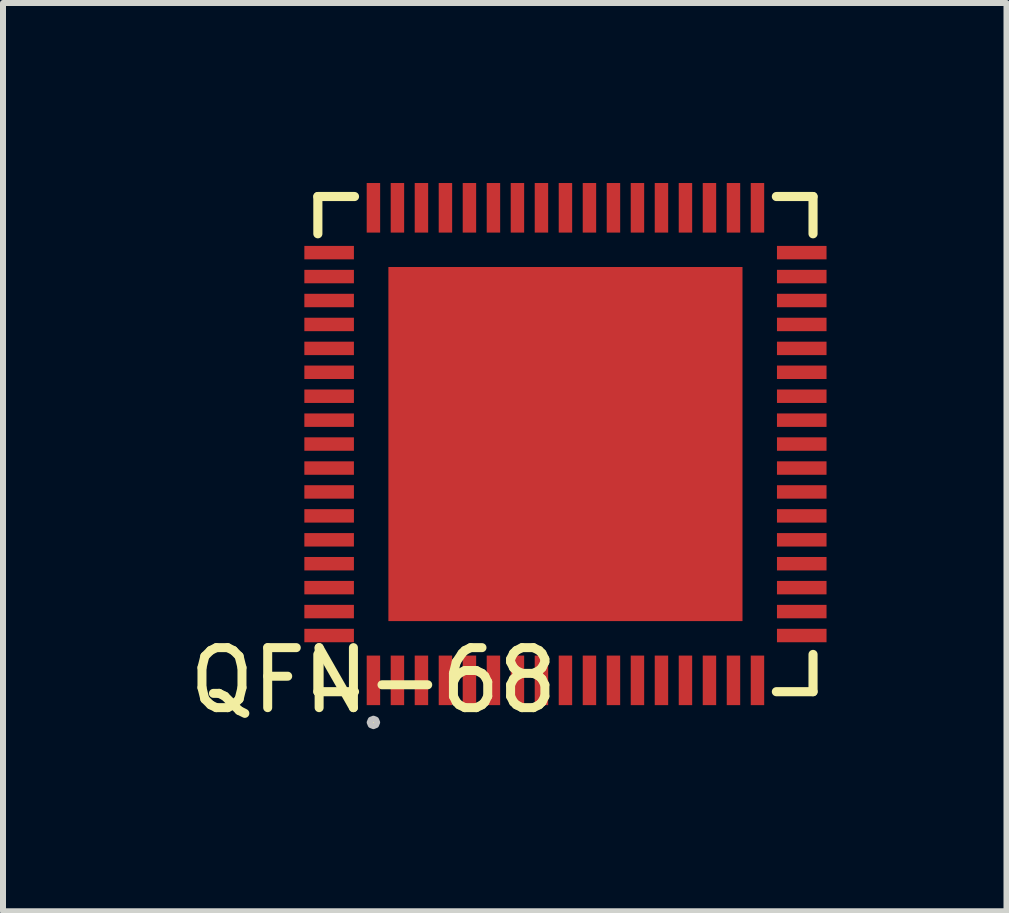
<source format=kicad_pcb>
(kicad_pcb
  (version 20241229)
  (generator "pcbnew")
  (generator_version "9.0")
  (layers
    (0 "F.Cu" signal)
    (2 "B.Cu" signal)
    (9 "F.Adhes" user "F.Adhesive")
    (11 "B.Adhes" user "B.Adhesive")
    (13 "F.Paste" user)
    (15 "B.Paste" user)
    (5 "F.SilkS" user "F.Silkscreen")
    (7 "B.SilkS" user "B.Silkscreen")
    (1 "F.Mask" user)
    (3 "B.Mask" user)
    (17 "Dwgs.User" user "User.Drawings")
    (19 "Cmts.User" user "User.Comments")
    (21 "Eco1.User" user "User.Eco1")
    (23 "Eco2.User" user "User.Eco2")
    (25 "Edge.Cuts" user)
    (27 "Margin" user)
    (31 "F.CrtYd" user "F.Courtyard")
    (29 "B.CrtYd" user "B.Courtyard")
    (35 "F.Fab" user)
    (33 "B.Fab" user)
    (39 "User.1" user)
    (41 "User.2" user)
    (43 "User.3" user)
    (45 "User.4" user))
  (footprint "QFN-68"
    (layer "F.Cu")
    (at 3.173 8.288)
    (property "Reference" "QFN-68" (at 0 0 0) (layer "F.SilkS") (effects (font (size 1 1) (thickness 0.15))))
    (fp_line (start -0.926 -8.063) (end -0.926 -7.442) (stroke (width 0.152) (type default)) (layer "F.SilkS"))
    (fp_line (start -0.926 -8.063) (end -0.315 -8.063) (stroke (width 0.152) (type default)) (layer "F.SilkS"))
    (fp_line (start -0.926 0.189) (end -0.926 -0.432) (stroke (width 0.152) (type default)) (layer "F.SilkS"))
    (fp_line (start -0.926 0.189) (end -0.315 0.189) (stroke (width 0.152) (type default)) (layer "F.SilkS"))
    (fp_line (start 7.326 -8.063) (end 6.715 -8.063) (stroke (width 0.152) (type default)) (layer "F.SilkS"))
    (fp_line (start 7.326 -8.063) (end 7.326 -7.442) (stroke (width 0.152) (type default)) (layer "F.SilkS"))
    (fp_line (start 7.326 0.189) (end 6.715 0.189) (stroke (width 0.152) (type default)) (layer "F.SilkS"))
    (fp_line (start 7.326 0.189) (end 7.326 -0.432) (stroke (width 0.152) (type default)) (layer "F.SilkS"))
    (fp_poly (pts (xy 0.062 0.701) (xy 0.044 0.657) (xy 0 0.639) (xy -0.044 0.657) (xy -0.062 0.701) (xy -0.044 0.745) (xy 0 0.763) (xy 0.044 0.745)) (stroke (width 0) (type default)) (fill yes) (layer "F.SilkS"))
    (fp_poly (pts (xy 0.062 0.701) (xy 0.044 0.657) (xy 0 0.639) (xy -0.044 0.657) (xy -0.062 0.701) (xy -0.044 0.745) (xy 0 0.763) (xy 0.044 0.745)) (stroke (width 0.1) (type default)) (fill no) (layer "Dwgs.User"))
    (fp_poly (pts (xy -0.85 -7.003) (xy -0.85 -7.252) (xy -0.349 -7.252) (xy -0.349 -7.003)) (stroke (width 0.1) (type default)) (fill no) (layer "User.1"))
    (fp_poly (pts (xy -0.85 -6.604) (xy -0.85 -6.854) (xy -0.349 -6.854) (xy -0.349 -6.604)) (stroke (width 0.1) (type default)) (fill no) (layer "User.1"))
    (fp_poly (pts (xy -0.85 -6.205) (xy -0.85 -6.455) (xy -0.349 -6.455) (xy -0.349 -6.205)) (stroke (width 0.1) (type default)) (fill no) (layer "User.1"))
    (fp_poly (pts (xy -0.85 -5.807) (xy -0.85 -6.056) (xy -0.349 -6.056) (xy -0.349 -5.807)) (stroke (width 0.1) (type default)) (fill no) (layer "User.1"))
    (fp_poly (pts (xy -0.85 -5.408) (xy -0.85 -5.657) (xy -0.349 -5.657) (xy -0.349 -5.408)) (stroke (width 0.1) (type default)) (fill no) (layer "User.1"))
    (fp_poly (pts (xy -0.85 -5.01) (xy -0.85 -5.258) (xy -0.349 -5.258) (xy -0.349 -5.01)) (stroke (width 0.1) (type default)) (fill no) (layer "User.1"))
    (fp_poly (pts (xy -0.85 -4.611) (xy -0.85 -4.859) (xy -0.349 -4.859) (xy -0.349 -4.611)) (stroke (width 0.1) (type default)) (fill no) (layer "User.1"))
    (fp_poly (pts (xy -0.85 -4.212) (xy -0.85 -4.46) (xy -0.349 -4.46) (xy -0.349 -4.212)) (stroke (width 0.1) (type default)) (fill no) (layer "User.1"))
    (fp_poly (pts (xy -0.85 -3.813) (xy -0.85 -4.062) (xy -0.349 -4.062) (xy -0.349 -3.813)) (stroke (width 0.1) (type default)) (fill no) (layer "User.1"))
    (fp_poly (pts (xy -0.85 -3.414) (xy -0.85 -3.663) (xy -0.349 -3.663) (xy -0.349 -3.414)) (stroke (width 0.1) (type default)) (fill no) (layer "User.1"))
    (fp_poly (pts (xy -0.85 -3.015) (xy -0.85 -3.264) (xy -0.349 -3.264) (xy -0.349 -3.015)) (stroke (width 0.1) (type default)) (fill no) (layer "User.1"))
    (fp_poly (pts (xy -0.85 -2.616) (xy -0.85 -2.865) (xy -0.349 -2.865) (xy -0.349 -2.616)) (stroke (width 0.1) (type default)) (fill no) (layer "User.1"))
    (fp_poly (pts (xy -0.85 -2.218) (xy -0.85 -2.467) (xy -0.349 -2.467) (xy -0.349 -2.218)) (stroke (width 0.1) (type default)) (fill no) (layer "User.1"))
    (fp_poly (pts (xy -0.85 -1.819) (xy -0.85 -2.068) (xy -0.349 -2.068) (xy -0.349 -1.819)) (stroke (width 0.1) (type default)) (fill no) (layer "User.1"))
    (fp_poly (pts (xy -0.85 -1.421) (xy -0.85 -1.669) (xy -0.349 -1.669) (xy -0.349 -1.421)) (stroke (width 0.1) (type default)) (fill no) (layer "User.1"))
    (fp_poly (pts (xy -0.85 -1.022) (xy -0.85 -1.27) (xy -0.349 -1.27) (xy -0.349 -1.022)) (stroke (width 0.1) (type default)) (fill no) (layer "User.1"))
    (fp_poly (pts (xy -0.85 -0.623) (xy -0.85 -0.872) (xy -0.349 -0.872) (xy -0.349 -0.623)) (stroke (width 0.1) (type default)) (fill no) (layer "User.1"))
    (fp_poly (pts (xy 0.124 -7.987) (xy 0.124 -7.487) (xy -0.124 -7.487) (xy -0.124 -7.987)) (stroke (width 0.1) (type default)) (fill no) (layer "User.1"))
    (fp_poly (pts (xy 0.124 0.113) (xy 0.124 -0.388) (xy -0.124 -0.388) (xy -0.124 0.113)) (stroke (width 0.1) (type default)) (fill no) (layer "User.1"))
    (fp_poly (pts (xy 0.524 -7.987) (xy 0.524 -7.487) (xy 0.276 -7.487) (xy 0.276 -7.987)) (stroke (width 0.1) (type default)) (fill no) (layer "User.1"))
    (fp_poly (pts (xy 0.524 0.113) (xy 0.524 -0.388) (xy 0.276 -0.388) (xy 0.276 0.113)) (stroke (width 0.1) (type default)) (fill no) (layer "User.1"))
    (fp_poly (pts (xy 0.924 -7.987) (xy 0.924 -7.487) (xy 0.675 -7.487) (xy 0.675 -7.987)) (stroke (width 0.1) (type default)) (fill no) (layer "User.1"))
    (fp_poly (pts (xy 0.924 0.113) (xy 0.924 -0.388) (xy 0.675 -0.388) (xy 0.675 0.113)) (stroke (width 0.1) (type default)) (fill no) (layer "User.1"))
    (fp_poly (pts (xy 1.325 -7.987) (xy 1.325 -7.487) (xy 1.075 -7.487) (xy 1.075 -7.987)) (stroke (width 0.1) (type default)) (fill no) (layer "User.1"))
    (fp_poly (pts (xy 1.325 0.113) (xy 1.325 -0.388) (xy 1.075 -0.388) (xy 1.075 0.113)) (stroke (width 0.1) (type default)) (fill no) (layer "User.1"))
    (fp_poly (pts (xy 1.724 -7.987) (xy 1.724 -7.487) (xy 1.476 -7.487) (xy 1.476 -7.987)) (stroke (width 0.1) (type default)) (fill no) (layer "User.1"))
    (fp_poly (pts (xy 1.724 0.113) (xy 1.724 -0.388) (xy 1.476 -0.388) (xy 1.476 0.113)) (stroke (width 0.1) (type default)) (fill no) (layer "User.1"))
    (fp_poly (pts (xy 2.124 -7.987) (xy 2.124 -7.487) (xy 1.875 -7.487) (xy 1.875 -7.987)) (stroke (width 0.1) (type default)) (fill no) (layer "User.1"))
    (fp_poly (pts (xy 2.124 0.113) (xy 2.124 -0.388) (xy 1.875 -0.388) (xy 1.875 0.113)) (stroke (width 0.1) (type default)) (fill no) (layer "User.1"))
    (fp_poly (pts (xy 2.525 -7.987) (xy 2.525 -7.487) (xy 2.276 -7.487) (xy 2.276 -7.987)) (stroke (width 0.1) (type default)) (fill no) (layer "User.1"))
    (fp_poly (pts (xy 2.525 0.113) (xy 2.525 -0.388) (xy 2.276 -0.388) (xy 2.276 0.113)) (stroke (width 0.1) (type default)) (fill no) (layer "User.1"))
    (fp_poly (pts (xy 2.925 -7.987) (xy 2.925 -7.487) (xy 2.675 -7.487) (xy 2.675 -7.987)) (stroke (width 0.1) (type default)) (fill no) (layer "User.1"))
    (fp_poly (pts (xy 2.925 0.113) (xy 2.925 -0.388) (xy 2.675 -0.388) (xy 2.675 0.113)) (stroke (width 0.1) (type default)) (fill no) (layer "User.1"))
    (fp_poly (pts (xy 3.325 -7.987) (xy 3.325 -7.487) (xy 3.075 -7.487) (xy 3.075 -7.987)) (stroke (width 0.1) (type default)) (fill no) (layer "User.1"))
    (fp_poly (pts (xy 3.325 0.113) (xy 3.325 -0.388) (xy 3.075 -0.388) (xy 3.075 0.113)) (stroke (width 0.1) (type default)) (fill no) (layer "User.1"))
    (fp_poly (pts (xy 3.724 -7.987) (xy 3.724 -7.487) (xy 3.475 -7.487) (xy 3.475 -7.987)) (stroke (width 0.1) (type default)) (fill no) (layer "User.1"))
    (fp_poly (pts (xy 3.724 0.113) (xy 3.724 -0.388) (xy 3.475 -0.388) (xy 3.475 0.113)) (stroke (width 0.1) (type default)) (fill no) (layer "User.1"))
    (fp_poly (pts (xy 4.125 -7.987) (xy 4.125 -7.487) (xy 3.876 -7.487) (xy 3.876 -7.987)) (stroke (width 0.1) (type default)) (fill no) (layer "User.1"))
    (fp_poly (pts (xy 4.125 0.113) (xy 4.125 -0.388) (xy 3.876 -0.388) (xy 3.876 0.113)) (stroke (width 0.1) (type default)) (fill no) (layer "User.1"))
    (fp_poly (pts (xy 4.524 -7.987) (xy 4.524 -7.487) (xy 4.276 -7.487) (xy 4.276 -7.987)) (stroke (width 0.1) (type default)) (fill no) (layer "User.1"))
    (fp_poly (pts (xy 4.524 0.113) (xy 4.524 -0.388) (xy 4.276 -0.388) (xy 4.276 0.113)) (stroke (width 0.1) (type default)) (fill no) (layer "User.1"))
    (fp_poly (pts (xy 4.925 -7.987) (xy 4.925 -7.487) (xy 4.676 -7.487) (xy 4.676 -7.987)) (stroke (width 0.1) (type default)) (fill no) (layer "User.1"))
    (fp_poly (pts (xy 4.925 0.113) (xy 4.925 -0.388) (xy 4.676 -0.388) (xy 4.676 0.113)) (stroke (width 0.1) (type default)) (fill no) (layer "User.1"))
    (fp_poly (pts (xy 5.324 -7.987) (xy 5.324 -7.487) (xy 5.075 -7.487) (xy 5.075 -7.987)) (stroke (width 0.1) (type default)) (fill no) (layer "User.1"))
    (fp_poly (pts (xy 5.324 0.113) (xy 5.324 -0.388) (xy 5.075 -0.388) (xy 5.075 0.113)) (stroke (width 0.1) (type default)) (fill no) (layer "User.1"))
    (fp_poly (pts (xy 5.724 -7.987) (xy 5.724 -7.487) (xy 5.476 -7.487) (xy 5.476 -7.987)) (stroke (width 0.1) (type default)) (fill no) (layer "User.1"))
    (fp_poly (pts (xy 5.724 0.113) (xy 5.724 -0.388) (xy 5.476 -0.388) (xy 5.476 0.113)) (stroke (width 0.1) (type default)) (fill no) (layer "User.1"))
    (fp_poly (pts (xy 6.125 -7.987) (xy 6.125 -7.487) (xy 5.875 -7.487) (xy 5.875 -7.987)) (stroke (width 0.1) (type default)) (fill no) (layer "User.1"))
    (fp_poly (pts (xy 6.125 0.113) (xy 6.125 -0.388) (xy 5.875 -0.388) (xy 5.875 0.113)) (stroke (width 0.1) (type default)) (fill no) (layer "User.1"))
    (fp_poly (pts (xy 6.524 -7.987) (xy 6.524 -7.487) (xy 6.276 -7.487) (xy 6.276 -7.987)) (stroke (width 0.1) (type default)) (fill no) (layer "User.1"))
    (fp_poly (pts (xy 6.524 0.113) (xy 6.524 -0.388) (xy 6.276 -0.388) (xy 6.276 0.113)) (stroke (width 0.1) (type default)) (fill no) (layer "User.1"))
    (fp_poly (pts (xy 7.25 -7.003) (xy 7.25 -7.252) (xy 6.75 -7.252) (xy 6.75 -7.003)) (stroke (width 0.1) (type default)) (fill no) (layer "User.1"))
    (fp_poly (pts (xy 7.25 -6.604) (xy 7.25 -6.854) (xy 6.75 -6.854) (xy 6.75 -6.604)) (stroke (width 0.1) (type default)) (fill no) (layer "User.1"))
    (fp_poly (pts (xy 7.25 -6.205) (xy 7.25 -6.455) (xy 6.75 -6.455) (xy 6.75 -6.205)) (stroke (width 0.1) (type default)) (fill no) (layer "User.1"))
    (fp_poly (pts (xy 7.25 -5.807) (xy 7.25 -6.056) (xy 6.75 -6.056) (xy 6.75 -5.807)) (stroke (width 0.1) (type default)) (fill no) (layer "User.1"))
    (fp_poly (pts (xy 7.25 -5.408) (xy 7.25 -5.657) (xy 6.75 -5.657) (xy 6.75 -5.408)) (stroke (width 0.1) (type default)) (fill no) (layer "User.1"))
    (fp_poly (pts (xy 7.25 -5.01) (xy 7.25 -5.258) (xy 6.75 -5.258) (xy 6.75 -5.01)) (stroke (width 0.1) (type default)) (fill no) (layer "User.1"))
    (fp_poly (pts (xy 7.25 -4.611) (xy 7.25 -4.859) (xy 6.75 -4.859) (xy 6.75 -4.611)) (stroke (width 0.1) (type default)) (fill no) (layer "User.1"))
    (fp_poly (pts (xy 7.25 -4.212) (xy 7.25 -4.46) (xy 6.75 -4.46) (xy 6.75 -4.212)) (stroke (width 0.1) (type default)) (fill no) (layer "User.1"))
    (fp_poly (pts (xy 7.25 -3.813) (xy 7.25 -4.062) (xy 6.75 -4.062) (xy 6.75 -3.813)) (stroke (width 0.1) (type default)) (fill no) (layer "User.1"))
    (fp_poly (pts (xy 7.25 -3.414) (xy 7.25 -3.663) (xy 6.75 -3.663) (xy 6.75 -3.414)) (stroke (width 0.1) (type default)) (fill no) (layer "User.1"))
    (fp_poly (pts (xy 7.25 -3.015) (xy 7.25 -3.264) (xy 6.75 -3.264) (xy 6.75 -3.015)) (stroke (width 0.1) (type default)) (fill no) (layer "User.1"))
    (fp_poly (pts (xy 7.25 -2.616) (xy 7.25 -2.865) (xy 6.75 -2.865) (xy 6.75 -2.616)) (stroke (width 0.1) (type default)) (fill no) (layer "User.1"))
    (fp_poly (pts (xy 7.25 -2.218) (xy 7.25 -2.467) (xy 6.75 -2.467) (xy 6.75 -2.218)) (stroke (width 0.1) (type default)) (fill no) (layer "User.1"))
    (fp_poly (pts (xy 7.25 -1.819) (xy 7.25 -2.068) (xy 6.75 -2.068) (xy 6.75 -1.819)) (stroke (width 0.1) (type default)) (fill no) (layer "User.1"))
    (fp_poly (pts (xy 7.25 -1.421) (xy 7.25 -1.669) (xy 6.75 -1.669) (xy 6.75 -1.421)) (stroke (width 0.1) (type default)) (fill no) (layer "User.1"))
    (fp_poly (pts (xy 7.25 -1.022) (xy 7.25 -1.27) (xy 6.75 -1.27) (xy 6.75 -1.022)) (stroke (width 0.1) (type default)) (fill no) (layer "User.1"))
    (fp_poly (pts (xy 7.25 -0.623) (xy 7.25 -0.872) (xy 6.75 -0.872) (xy 6.75 -0.623)) (stroke (width 0.1) (type default)) (fill no) (layer "User.1"))
    (fp_poly (pts (xy 0.199 -1.536) (xy 0.199 -6.939) (xy 6.201 -6.939) (xy 6.201 -0.936) (xy 0.799 -0.936)) (stroke (width 0.1) (type default)) (fill no) (layer "User.1"))
    (fp_line (start -0.85 -7.987) (end -0.85 0.113) (stroke (width 0.025) (type default)) (layer "User.2"))
    (fp_line (start -0.85 0.113) (end 7.25 0.113) (stroke (width 0.025) (type default)) (layer "User.2"))
    (fp_line (start 7.25 -7.987) (end -0.85 -7.987) (stroke (width 0.025) (type default)) (layer "User.2"))
    (fp_line (start 7.25 0.113) (end 7.25 -7.987) (stroke (width 0.025) (type default)) (layer "User.2"))
    (fp_poly (pts (xy -0.79 0.113) (xy -0.808 0.07) (xy -0.85 0.052) (xy -0.892 0.07) (xy -0.91 0.113) (xy -0.892 0.155) (xy -0.85 0.172) (xy -0.808 0.155)) (stroke (width 0.1) (type default)) (fill no) (layer "User.3"))
    (pad "1" smd rect (at 0 0 90) (size 0.826 0.224) (layers "F.Cu" "F.Mask" "F.Paste"))
    (pad "2" smd rect (at 0.4 0 90) (size 0.826 0.224) (layers "F.Cu" "F.Mask" "F.Paste"))
    (pad "3" smd rect (at 0.8 0 90) (size 0.826 0.224) (layers "F.Cu" "F.Mask" "F.Paste"))
    (pad "4" smd rect (at 1.2 0 90) (size 0.826 0.224) (layers "F.Cu" "F.Mask" "F.Paste"))
    (pad "5" smd rect (at 1.6 0 90) (size 0.826 0.224) (layers "F.Cu" "F.Mask" "F.Paste"))
    (pad "6" smd rect (at 2 0 90) (size 0.826 0.224) (layers "F.Cu" "F.Mask" "F.Paste"))
    (pad "7" smd rect (at 2.4 0 90) (size 0.826 0.224) (layers "F.Cu" "F.Mask" "F.Paste"))
    (pad "8" smd rect (at 2.8 0 90) (size 0.826 0.224) (layers "F.Cu" "F.Mask" "F.Paste"))
    (pad "9" smd rect (at 3.2 0 90) (size 0.826 0.224) (layers "F.Cu" "F.Mask" "F.Paste"))
    (pad "10" smd rect (at 3.6 0 90) (size 0.826 0.224) (layers "F.Cu" "F.Mask" "F.Paste"))
    (pad "11" smd rect (at 4 0 90) (size 0.826 0.224) (layers "F.Cu" "F.Mask" "F.Paste"))
    (pad "12" smd rect (at 4.4 0 90) (size 0.826 0.224) (layers "F.Cu" "F.Mask" "F.Paste"))
    (pad "13" smd rect (at 4.8 0 90) (size 0.826 0.224) (layers "F.Cu" "F.Mask" "F.Paste"))
    (pad "14" smd rect (at 5.2 0 90) (size 0.826 0.224) (layers "F.Cu" "F.Mask" "F.Paste"))
    (pad "15" smd rect (at 5.6 0 90) (size 0.826 0.224) (layers "F.Cu" "F.Mask" "F.Paste"))
    (pad "16" smd rect (at 6 0 90) (size 0.826 0.224) (layers "F.Cu" "F.Mask" "F.Paste"))
    (pad "17" smd rect (at 6.4 0 90) (size 0.826 0.224) (layers "F.Cu" "F.Mask" "F.Paste"))
    (pad "18" smd rect (at 7.138 -0.747 90) (size 0.224 0.826) (layers "F.Cu" "F.Mask" "F.Paste"))
    (pad "19" smd rect (at 7.138 -1.146 90) (size 0.224 0.826) (layers "F.Cu" "F.Mask" "F.Paste"))
    (pad "20" smd rect (at 7.138 -1.545 90) (size 0.224 0.826) (layers "F.Cu" "F.Mask" "F.Paste"))
    (pad "21" smd rect (at 7.138 -1.944 90) (size 0.224 0.826) (layers "F.Cu" "F.Mask" "F.Paste"))
    (pad "22" smd rect (at 7.138 -2.342 90) (size 0.224 0.826) (layers "F.Cu" "F.Mask" "F.Paste"))
    (pad "23" smd rect (at 7.138 -2.741 90) (size 0.224 0.826) (layers "F.Cu" "F.Mask" "F.Paste"))
    (pad "24" smd rect (at 7.138 -3.14 90) (size 0.224 0.826) (layers "F.Cu" "F.Mask" "F.Paste"))
    (pad "25" smd rect (at 7.138 -3.538 90) (size 0.224 0.826) (layers "F.Cu" "F.Mask" "F.Paste"))
    (pad "26" smd rect (at 7.138 -3.938 90) (size 0.224 0.826) (layers "F.Cu" "F.Mask" "F.Paste"))
    (pad "27" smd rect (at 7.138 -4.336 90) (size 0.224 0.826) (layers "F.Cu" "F.Mask" "F.Paste"))
    (pad "28" smd rect (at 7.138 -4.735 90) (size 0.224 0.826) (layers "F.Cu" "F.Mask" "F.Paste"))
    (pad "29" smd rect (at 7.138 -5.134 90) (size 0.224 0.826) (layers "F.Cu" "F.Mask" "F.Paste"))
    (pad "30" smd rect (at 7.138 -5.532 90) (size 0.224 0.826) (layers "F.Cu" "F.Mask" "F.Paste"))
    (pad "31" smd rect (at 7.138 -5.931 90) (size 0.224 0.826) (layers "F.Cu" "F.Mask" "F.Paste"))
    (pad "32" smd rect (at 7.138 -6.33 90) (size 0.224 0.826) (layers "F.Cu" "F.Mask" "F.Paste"))
    (pad "33" smd rect (at 7.138 -6.729 90) (size 0.224 0.826) (layers "F.Cu" "F.Mask" "F.Paste"))
    (pad "34" smd rect (at 7.138 -7.128 90) (size 0.224 0.826) (layers "F.Cu" "F.Mask" "F.Paste"))
    (pad "35" smd rect (at 6.4 -7.875 90) (size 0.826 0.224) (layers "F.Cu" "F.Mask" "F.Paste"))
    (pad "36" smd rect (at 6 -7.875 90) (size 0.826 0.224) (layers "F.Cu" "F.Mask" "F.Paste"))
    (pad "37" smd rect (at 5.6 -7.875 90) (size 0.826 0.224) (layers "F.Cu" "F.Mask" "F.Paste"))
    (pad "38" smd rect (at 5.2 -7.875 90) (size 0.826 0.224) (layers "F.Cu" "F.Mask" "F.Paste"))
    (pad "39" smd rect (at 4.8 -7.875 90) (size 0.826 0.224) (layers "F.Cu" "F.Mask" "F.Paste"))
    (pad "40" smd rect (at 4.4 -7.875 90) (size 0.826 0.224) (layers "F.Cu" "F.Mask" "F.Paste"))
    (pad "41" smd rect (at 4 -7.875 90) (size 0.826 0.224) (layers "F.Cu" "F.Mask" "F.Paste"))
    (pad "42" smd rect (at 3.6 -7.875 90) (size 0.826 0.224) (layers "F.Cu" "F.Mask" "F.Paste"))
    (pad "43" smd rect (at 3.2 -7.875 90) (size 0.826 0.224) (layers "F.Cu" "F.Mask" "F.Paste"))
    (pad "44" smd rect (at 2.8 -7.875 90) (size 0.826 0.224) (layers "F.Cu" "F.Mask" "F.Paste"))
    (pad "45" smd rect (at 2.4 -7.875 90) (size 0.826 0.224) (layers "F.Cu" "F.Mask" "F.Paste"))
    (pad "46" smd rect (at 2 -7.875 90) (size 0.826 0.224) (layers "F.Cu" "F.Mask" "F.Paste"))
    (pad "47" smd rect (at 1.6 -7.875 90) (size 0.826 0.224) (layers "F.Cu" "F.Mask" "F.Paste"))
    (pad "48" smd rect (at 1.2 -7.875 90) (size 0.826 0.224) (layers "F.Cu" "F.Mask" "F.Paste"))
    (pad "49" smd rect (at 0.8 -7.875 90) (size 0.826 0.224) (layers "F.Cu" "F.Mask" "F.Paste"))
    (pad "50" smd rect (at 0.4 -7.875 90) (size 0.826 0.224) (layers "F.Cu" "F.Mask" "F.Paste"))
    (pad "51" smd rect (at 0 -7.875 90) (size 0.826 0.224) (layers "F.Cu" "F.Mask" "F.Paste"))
    (pad "52" smd rect (at -0.738 -7.128 90) (size 0.224 0.826) (layers "F.Cu" "F.Mask" "F.Paste"))
    (pad "53" smd rect (at -0.738 -6.729 90) (size 0.224 0.826) (layers "F.Cu" "F.Mask" "F.Paste"))
    (pad "54" smd rect (at -0.738 -6.33 90) (size 0.224 0.826) (layers "F.Cu" "F.Mask" "F.Paste"))
    (pad "55" smd rect (at -0.738 -5.931 90) (size 0.224 0.826) (layers "F.Cu" "F.Mask" "F.Paste"))
    (pad "56" smd rect (at -0.738 -5.532 90) (size 0.224 0.826) (layers "F.Cu" "F.Mask" "F.Paste"))
    (pad "57" smd rect (at -0.738 -5.134 90) (size 0.224 0.826) (layers "F.Cu" "F.Mask" "F.Paste"))
    (pad "58" smd rect (at -0.738 -4.735 90) (size 0.224 0.826) (layers "F.Cu" "F.Mask" "F.Paste"))
    (pad "59" smd rect (at -0.738 -4.336 90) (size 0.224 0.826) (layers "F.Cu" "F.Mask" "F.Paste"))
    (pad "60" smd rect (at -0.738 -3.938 90) (size 0.224 0.826) (layers "F.Cu" "F.Mask" "F.Paste"))
    (pad "61" smd rect (at -0.738 -3.538 90) (size 0.224 0.826) (layers "F.Cu" "F.Mask" "F.Paste"))
    (pad "62" smd rect (at -0.738 -3.14 90) (size 0.224 0.826) (layers "F.Cu" "F.Mask" "F.Paste"))
    (pad "63" smd rect (at -0.738 -2.741 90) (size 0.224 0.826) (layers "F.Cu" "F.Mask" "F.Paste"))
    (pad "64" smd rect (at -0.738 -2.342 90) (size 0.224 0.826) (layers "F.Cu" "F.Mask" "F.Paste"))
    (pad "65" smd rect (at -0.738 -1.944 90) (size 0.224 0.826) (layers "F.Cu" "F.Mask" "F.Paste"))
    (pad "66" smd rect (at -0.738 -1.545 90) (size 0.224 0.826) (layers "F.Cu" "F.Mask" "F.Paste"))
    (pad "67" smd rect (at -0.738 -1.146 90) (size 0.224 0.826) (layers "F.Cu" "F.Mask" "F.Paste"))
    (pad "68" smd rect (at -0.738 -0.747 90) (size 0.224 0.826) (layers "F.Cu" "F.Mask" "F.Paste"))
    (pad "69" smd rect (at 3.2 -3.938 90) (size 5.901 5.901) (layers "F.Cu" "F.Mask" "F.Paste")))
  (gr_rect
    (start -3 -3)
    (end 13.723 12.136)
    (stroke (width 0.1) (type default))
    (fill no)
    (layer "Edge.Cuts")))
</source>
